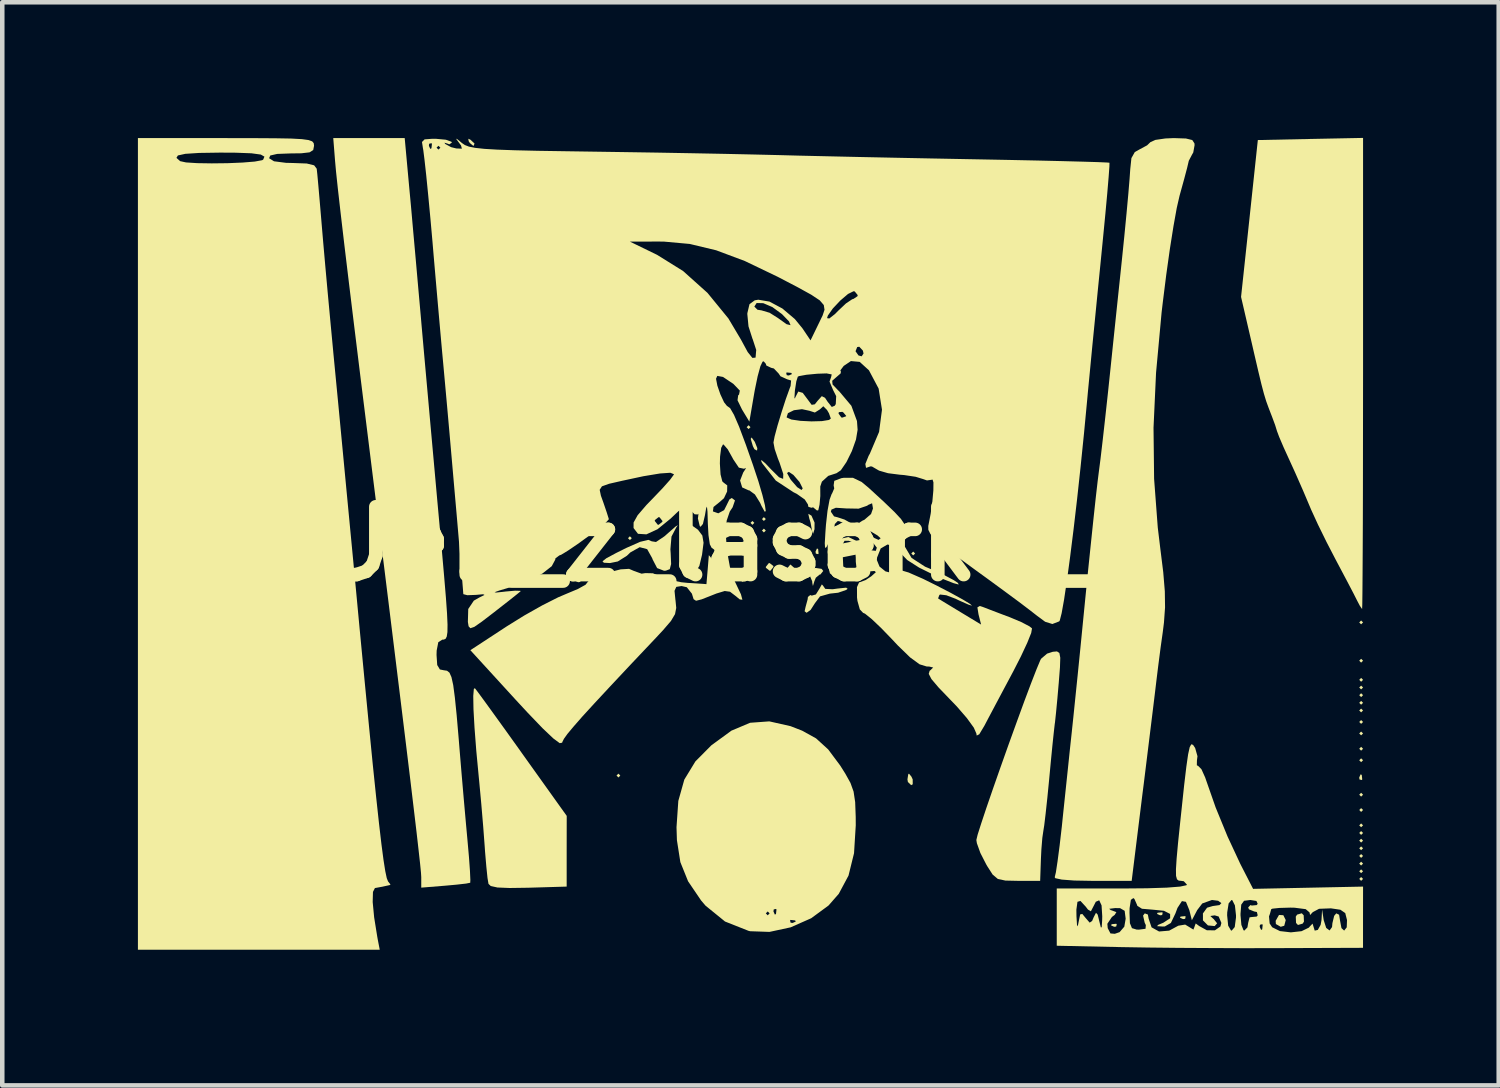
<source format=kicad_pcb>
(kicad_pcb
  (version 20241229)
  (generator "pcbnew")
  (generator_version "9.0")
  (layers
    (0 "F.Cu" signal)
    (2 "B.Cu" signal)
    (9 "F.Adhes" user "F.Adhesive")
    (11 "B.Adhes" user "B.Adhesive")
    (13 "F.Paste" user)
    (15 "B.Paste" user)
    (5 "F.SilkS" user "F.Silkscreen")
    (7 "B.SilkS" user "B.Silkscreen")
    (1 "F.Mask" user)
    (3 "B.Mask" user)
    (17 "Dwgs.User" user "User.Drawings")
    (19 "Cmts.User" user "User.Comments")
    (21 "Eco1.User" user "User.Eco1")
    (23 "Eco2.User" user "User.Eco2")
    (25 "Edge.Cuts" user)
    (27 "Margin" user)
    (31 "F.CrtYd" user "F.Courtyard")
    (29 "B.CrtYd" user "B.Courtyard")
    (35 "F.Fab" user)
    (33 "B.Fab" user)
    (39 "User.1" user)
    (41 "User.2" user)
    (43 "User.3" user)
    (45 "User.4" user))
  (footprint "Jeb_z_laserka_N"
    (layer "F.Cu")
    (at 13.547 8.979)
    (property "Reference" "Jeb_z_laserka_N" (at 0 0 0) (layer "F.SilkS") (effects (font (size 1.5 1.5) (thickness 0.3))))
    (attr board_only exclude_from_pos_files exclude_from_bom)
    (fp_poly (pts (xy -2.879 5.122) (xy -2.921 5.165) (xy -2.963 5.122) (xy -2.921 5.08)) (stroke (width 0) (type solid)) (fill yes) (layer "F.SilkS"))
    (fp_poly (pts (xy -2.625 -0.127) (xy -2.667 -0.085) (xy -2.709 -0.127) (xy -2.667 -0.169)) (stroke (width 0) (type solid)) (fill yes) (layer "F.SilkS"))
    (fp_poly (pts (xy -0.000001 -2.582) (xy -0.042 -2.54) (xy -0.085 -2.582) (xy -0.042 -2.625)) (stroke (width 0) (type solid)) (fill yes) (layer "F.SilkS"))
    (fp_poly (pts (xy 0.085 -0.466) (xy 0.042 -0.423) (xy -0.000001 -0.466) (xy 0.042 -0.508)) (stroke (width 0) (type solid)) (fill yes) (layer "F.SilkS"))
    (fp_poly (pts (xy 0.339 -0.55) (xy 0.296 -0.508) (xy 0.254 -0.55) (xy 0.296 -0.593)) (stroke (width 0) (type solid)) (fill yes) (layer "F.SilkS"))
    (fp_poly (pts (xy 0.339 -0.296) (xy 0.296 -0.254) (xy 0.254 -0.296) (xy 0.296 -0.339)) (stroke (width 0) (type solid)) (fill yes) (layer "F.SilkS"))
    (fp_poly (pts (xy 3.641 0.212) (xy 3.598 0.254) (xy 3.556 0.212) (xy 3.598 0.169)) (stroke (width 0) (type solid)) (fill yes) (layer "F.SilkS"))
    (fp_poly (pts (xy 13.547 1.736) (xy 13.504 1.778) (xy 13.462 1.736) (xy 13.504 1.693)) (stroke (width 0) (type solid)) (fill yes) (layer "F.SilkS"))
    (fp_poly (pts (xy 13.547 2.582) (xy 13.504 2.625) (xy 13.462 2.582) (xy 13.504 2.54)) (stroke (width 0) (type solid)) (fill yes) (layer "F.SilkS"))
    (fp_poly (pts (xy 13.547 3.006) (xy 13.504 3.048) (xy 13.462 3.006) (xy 13.504 2.963)) (stroke (width 0) (type solid)) (fill yes) (layer "F.SilkS"))
    (fp_poly (pts (xy 13.547 3.175) (xy 13.504 3.217) (xy 13.462 3.175) (xy 13.504 3.133)) (stroke (width 0) (type solid)) (fill yes) (layer "F.SilkS"))
    (fp_poly (pts (xy 13.547 3.344) (xy 13.504 3.387) (xy 13.462 3.344) (xy 13.504 3.302)) (stroke (width 0) (type solid)) (fill yes) (layer "F.SilkS"))
    (fp_poly (pts (xy 13.547 3.514) (xy 13.504 3.556) (xy 13.462 3.514) (xy 13.504 3.471)) (stroke (width 0) (type solid)) (fill yes) (layer "F.SilkS"))
    (fp_poly (pts (xy 13.547 3.683) (xy 13.504 3.725) (xy 13.462 3.683) (xy 13.504 3.641)) (stroke (width 0) (type solid)) (fill yes) (layer "F.SilkS"))
    (fp_poly (pts (xy 13.547 3.937) (xy 13.504 3.979) (xy 13.462 3.937) (xy 13.504 3.895)) (stroke (width 0) (type solid)) (fill yes) (layer "F.SilkS"))
    (fp_poly (pts (xy 13.547 4.191) (xy 13.504 4.233) (xy 13.462 4.191) (xy 13.504 4.149)) (stroke (width 0) (type solid)) (fill yes) (layer "F.SilkS"))
    (fp_poly (pts (xy 13.547 4.53) (xy 13.504 4.572) (xy 13.462 4.53) (xy 13.504 4.487)) (stroke (width 0) (type solid)) (fill yes) (layer "F.SilkS"))
    (fp_poly (pts (xy 13.547 4.784) (xy 13.504 4.826) (xy 13.462 4.784) (xy 13.504 4.741)) (stroke (width 0) (type solid)) (fill yes) (layer "F.SilkS"))
    (fp_poly (pts (xy 13.547 5.546) (xy 13.504 5.588) (xy 13.462 5.546) (xy 13.504 5.503)) (stroke (width 0) (type solid)) (fill yes) (layer "F.SilkS"))
    (fp_poly (pts (xy 13.547 5.884) (xy 13.504 5.927) (xy 13.462 5.884) (xy 13.504 5.842)) (stroke (width 0) (type solid)) (fill yes) (layer "F.SilkS"))
    (fp_poly (pts (xy 13.547 6.223) (xy 13.504 6.265) (xy 13.462 6.223) (xy 13.504 6.181)) (stroke (width 0) (type solid)) (fill yes) (layer "F.SilkS"))
    (fp_poly (pts (xy 13.547 6.392) (xy 13.504 6.435) (xy 13.462 6.392) (xy 13.504 6.35)) (stroke (width 0) (type solid)) (fill yes) (layer "F.SilkS"))
    (fp_poly (pts (xy 13.547 6.562) (xy 13.504 6.604) (xy 13.462 6.562) (xy 13.504 6.519)) (stroke (width 0) (type solid)) (fill yes) (layer "F.SilkS"))
    (fp_poly (pts (xy 13.547 6.731) (xy 13.504 6.773) (xy 13.462 6.731) (xy 13.504 6.689)) (stroke (width 0) (type solid)) (fill yes) (layer "F.SilkS"))
    (fp_poly (pts (xy 13.547 6.9) (xy 13.504 6.943) (xy 13.462 6.9) (xy 13.504 6.858)) (stroke (width 0) (type solid)) (fill yes) (layer "F.SilkS"))
    (fp_poly (pts (xy 13.547 7.07) (xy 13.504 7.112) (xy 13.462 7.07) (xy 13.504 7.027)) (stroke (width 0) (type solid)) (fill yes) (layer "F.SilkS"))
    (fp_poly (pts (xy 13.547 7.239) (xy 13.504 7.281) (xy 13.462 7.239) (xy 13.504 7.197)) (stroke (width 0) (type solid)) (fill yes) (layer "F.SilkS"))
    (fp_poly (pts (xy 13.547 7.408) (xy 13.504 7.451) (xy 13.462 7.408) (xy 13.504 7.366)) (stroke (width 0) (type solid)) (fill yes) (layer "F.SilkS"))
    (fp_poly (pts (xy -3.754 0.79) (xy -3.765 0.841) (xy -3.81 0.847) (xy -3.88 0.816) (xy -3.866 0.79) (xy -3.766 0.78)) (stroke (width 0) (type solid)) (fill yes) (layer "F.SilkS"))
    (fp_poly (pts (xy 1.496 0.113) (xy 1.506 0.213) (xy 1.496 0.226) (xy 1.445 0.214) (xy 1.439 0.169) (xy 1.47 0.1)) (stroke (width 0) (type solid)) (fill yes) (layer "F.SilkS"))
    (fp_poly (pts (xy 8.1 8.41) (xy 8.088 8.461) (xy 8.043 8.467) (xy 7.974 8.436) (xy 7.987 8.41) (xy 8.087 8.4)) (stroke (width 0) (type solid)) (fill yes) (layer "F.SilkS"))
    (fp_poly (pts (xy 9.116 8.156) (xy 9.104 8.207) (xy 9.059 8.213) (xy 8.99 8.182) (xy 9.003 8.156) (xy 9.103 8.146)) (stroke (width 0) (type solid)) (fill yes) (layer "F.SilkS"))
    (fp_poly (pts (xy 9.624 8.241) (xy 9.612 8.291) (xy 9.567 8.297) (xy 9.498 8.266) (xy 9.511 8.241) (xy 9.611 8.231)) (stroke (width 0) (type solid)) (fill yes) (layer "F.SilkS"))
    (fp_poly (pts (xy 13.518 5.108) (xy 13.529 5.209) (xy 13.518 5.221) (xy 13.468 5.209) (xy 13.462 5.165) (xy 13.493 5.095)) (stroke (width 0) (type solid)) (fill yes) (layer "F.SilkS"))
    (fp_poly (pts (xy -6.194 -8.94) (xy -6.103 -8.855) (xy -6.122 -8.806) (xy -6.133 -8.805) (xy -6.205 -8.865) (xy -6.231 -8.903) (xy -6.241 -8.961)) (stroke (width 0) (type solid)) (fill yes) (layer "F.SilkS"))
    (fp_poly (pts (xy 0.095 -2.258) (xy 0.151 -2.118) (xy 0.145 -2.064) (xy 0.087 -2.095) (xy 0.053 -2.162) (xy 0.005 -2.323) (xy 0.025 -2.355)) (stroke (width 0) (type solid)) (fill yes) (layer "F.SilkS"))
    (fp_poly (pts (xy 11.784 8.211) (xy 11.837 8.318) (xy 11.804 8.444) (xy 11.726 8.467) (xy 11.619 8.406) (xy 11.614 8.335) (xy 11.688 8.205)) (stroke (width 0) (type solid)) (fill yes) (layer "F.SilkS"))
    (fp_poly (pts (xy 0.08 0.55) (xy 0.013 0.673) (xy -0.036 0.726) (xy -0.173 0.835) (xy -0.22 0.813) (xy -0.169 0.677) (xy -0.066 0.543) (xy 0.003 0.508)) (stroke (width 0) (type solid)) (fill yes) (layer "F.SilkS"))
    (fp_poly (pts (xy 0.506 0.488) (xy 0.508 0.508) (xy 0.444 0.59) (xy 0.423 0.593) (xy 0.341 0.528) (xy 0.339 0.508) (xy 0.403 0.426) (xy 0.423 0.423)) (stroke (width 0) (type solid)) (fill yes) (layer "F.SilkS"))
    (fp_poly (pts (xy 3.559 5.146) (xy 3.587 5.207) (xy 3.588 5.316) (xy 3.553 5.334) (xy 3.481 5.265) (xy 3.471 5.207) (xy 3.489 5.094) (xy 3.505 5.08)) (stroke (width 0) (type solid)) (fill yes) (layer "F.SilkS"))
    (fp_poly (pts (xy 12.234 8.213) (xy 12.24 8.353) (xy 12.211 8.397) (xy 12.107 8.427) (xy 12.065 8.382) (xy 12.059 8.242) (xy 12.088 8.198) (xy 12.192 8.168)) (stroke (width 0) (type solid)) (fill yes) (layer "F.SilkS"))
    (fp_poly (pts (xy 1.343 -0.629) (xy 1.349 -0.624) (xy 1.417 -0.472) (xy 1.416 -0.327) (xy 1.385 -0.226) (xy 1.366 -0.268) (xy 1.328 -0.472) (xy 1.3 -0.565) (xy 1.278 -0.666)) (stroke (width 0) (type solid)) (fill yes) (layer "F.SilkS"))
    (fp_poly (pts (xy -1.161 -0.314) (xy -1.065 -0.186) (xy -1.038 -0.026) (xy -1.07 0.228) (xy -1.072 0.241) (xy -1.131 0.487) (xy -1.209 0.611) (xy -1.339 0.658) (xy -1.355 0.66) (xy -1.485 0.659) (xy -1.463 0.614) (xy -1.404 0.504) (xy -1.405 0.277) (xy -1.426 0.121) (xy -1.452 -0.2) (xy -1.411 -0.381) (xy -1.307 -0.417)) (stroke (width 0) (type solid)) (fill yes) (layer "F.SilkS"))
    (fp_poly (pts (xy 1.603 0.921) (xy 1.654 0.994) (xy 1.817 1.002) (xy 1.926 0.987) (xy 2.116 0.967) (xy 2.148 0.993) (xy 2.117 1.017) (xy 1.938 1.079) (xy 1.755 1.099) (xy 1.538 1.16) (xy 1.424 1.312) (xy 1.33 1.459) (xy 1.241 1.523) (xy 1.197 1.489) (xy 1.219 1.39) (xy 1.264 1.225) (xy 1.27 1.173) (xy 1.322 1.13) (xy 1.355 1.143) (xy 1.446 1.117) (xy 1.519 1) (xy 1.578 0.895)) (stroke (width 0) (type solid)) (fill yes) (layer "F.SilkS"))
    (fp_poly (pts (xy 0.968 0.53) (xy 0.991 0.559) (xy 1.105 0.657) (xy 1.168 0.631) (xy 1.279 0.56) (xy 1.44 0.531) (xy 1.573 0.551) (xy 1.609 0.598) (xy 1.546 0.676) (xy 1.53 0.677) (xy 1.445 0.747) (xy 1.413 0.825) (xy 1.381 0.93) (xy 1.368 0.87) (xy 1.364 0.825) (xy 1.316 0.712) (xy 1.235 0.674) (xy 1.186 0.741) (xy 1.185 0.754) (xy 1.121 0.78) (xy 0.983 0.735) (xy 0.841 0.62) (xy 0.828 0.52) (xy 0.882 0.455)) (stroke (width 0) (type solid)) (fill yes) (layer "F.SilkS"))
    (fp_poly (pts (xy -6.028 3.278) (xy -5.879 3.481) (xy -5.664 3.778) (xy -5.398 4.147) (xy -5.098 4.566) (xy -5.048 4.637) (xy -4.064 6.014) (xy -4.065 6.796) (xy -4.065 7.578) (xy -4.912 7.603) (xy -5.327 7.609) (xy -5.596 7.598) (xy -5.745 7.565) (xy -5.794 7.518) (xy -5.816 7.387) (xy -5.842 7.134) (xy -5.87 6.806) (xy -5.878 6.689) (xy -5.911 6.251) (xy -5.954 5.742) (xy -5.999 5.257) (xy -6.008 5.165) (xy -6.064 4.574) (xy -6.103 4.065) (xy -6.126 3.655) (xy -6.131 3.363) (xy -6.118 3.207) (xy -6.095 3.19)) (stroke (width 0) (type solid)) (fill yes) (layer "F.SilkS"))
    (fp_poly (pts (xy -1.641 -0.365) (xy -1.747 -0.163) (xy -1.771 0.118) (xy -1.765 0.207) (xy -1.755 0.444) (xy -1.785 0.558) (xy -1.872 0.591) (xy -1.913 0.593) (xy -2.065 0.534) (xy -2.166 0.339) (xy -2.173 0.317) (xy -2.285 0.116) (xy -2.45 0.072) (xy -2.657 0.188) (xy -2.734 0.262) (xy -2.935 0.388) (xy -3.108 0.423) (xy -3.242 0.416) (xy -3.273 0.385) (xy -3.188 0.317) (xy -2.972 0.201) (xy -2.741 0.086) (xy -2.439 -0.047) (xy -2.258 -0.09) (xy -2.185 -0.058) (xy -2.09 -0.043) (xy -1.905 -0.167) (xy -1.805 -0.255) (xy -1.658 -0.384) (xy -1.605 -0.416)) (stroke (width 0) (type solid)) (fill yes) (layer "F.SilkS"))
    (fp_poly (pts (xy 13.547 -3.77) (xy 13.546 -2.848) (xy 13.545 -1.978) (xy 13.544 -1.175) (xy 13.542 -0.453) (xy 13.539 0.174) (xy 13.536 0.691) (xy 13.533 1.083) (xy 13.53 1.337) (xy 13.526 1.438) (xy 13.525 1.439) (xy 13.478 1.372) (xy 13.413 1.248) (xy 13.334 1.092) (xy 13.197 0.83) (xy 13.027 0.509) (xy 12.937 0.339) (xy 12.74 -0.041) (xy 12.55 -0.428) (xy 12.399 -0.757) (xy 12.361 -0.847) (xy 12.219 -1.182) (xy 12.047 -1.573) (xy 11.918 -1.856) (xy 11.789 -2.139) (xy 11.692 -2.366) (xy 11.646 -2.489) (xy 11.645 -2.491) (xy 11.602 -2.63) (xy 11.526 -2.835) (xy 11.525 -2.836) (xy 11.458 -3.01) (xy 11.404 -3.159) (xy 11.355 -3.32) (xy 11.3 -3.528) (xy 11.23 -3.819) (xy 11.135 -4.227) (xy 11.098 -4.389) (xy 10.849 -5.463) (xy 11.035 -7.198) (xy 11.22 -8.932) (xy 12.383 -8.956) (xy 13.547 -8.979)) (stroke (width 0) (type solid)) (fill yes) (layer "F.SilkS"))
    (fp_poly (pts (xy 6.831 2.411) (xy 6.851 2.517) (xy 6.844 2.729) (xy 6.818 3.062) (xy 6.787 3.418) (xy 6.757 3.733) (xy 6.734 3.948) (xy 6.729 3.979) (xy 6.71 4.145) (xy 6.679 4.438) (xy 6.642 4.814) (xy 6.605 5.207) (xy 6.565 5.614) (xy 6.527 5.966) (xy 6.496 6.224) (xy 6.476 6.35) (xy 6.454 6.501) (xy 6.433 6.757) (xy 6.423 6.964) (xy 6.406 7.451) (xy 5.916 7.451) (xy 5.638 7.445) (xy 5.47 7.409) (xy 5.355 7.312) (xy 5.233 7.122) (xy 5.211 7.083) (xy 5.084 6.835) (xy 5.007 6.62) (xy 4.995 6.547) (xy 5.023 6.431) (xy 5.101 6.185) (xy 5.218 5.834) (xy 5.365 5.407) (xy 5.532 4.931) (xy 5.709 4.433) (xy 5.887 3.941) (xy 6.055 3.481) (xy 6.205 3.082) (xy 6.326 2.771) (xy 6.408 2.575) (xy 6.426 2.54) (xy 6.559 2.426) (xy 6.686 2.385) (xy 6.778 2.377)) (stroke (width 0) (type solid)) (fill yes) (layer "F.SilkS"))
    (fp_poly (pts (xy 0.886 4.03) (xy 1.143 4.13) (xy 1.45 4.3) (xy 1.718 4.544) (xy 1.983 4.899) (xy 2.097 5.08) (xy 2.211 5.285) (xy 2.28 5.477) (xy 2.315 5.709) (xy 2.327 6.034) (xy 2.328 6.223) (xy 2.29 6.839) (xy 2.168 7.334) (xy 1.952 7.738) (xy 1.725 7.997) (xy 1.342 8.278) (xy 0.888 8.479) (xy 0.42 8.58) (xy -0.007 8.565) (xy -0.042 8.557) (xy -0.564 8.35) (xy -0.593 8.326) (xy 0.875 8.326) (xy 0.887 8.376) (xy 0.931 8.382) (xy 1.001 8.351) (xy 0.988 8.326) (xy 0.887 8.315) (xy 0.875 8.326) (xy -0.593 8.326) (xy -0.785 8.17) (xy 0.339 8.17) (xy 0.381 8.213) (xy 0.423 8.17) (xy 0.381 8.128) (xy 0.508 8.128) (xy 0.539 8.198) (xy 0.564 8.184) (xy 0.575 8.084) (xy 0.564 8.072) (xy 0.514 8.083) (xy 0.508 8.128) (xy 0.381 8.128) (xy 0.339 8.17) (xy -0.785 8.17) (xy -0.993 8.001) (xy -1.093 7.884) (xy -1.38 7.461) (xy -1.551 7.037) (xy -1.627 6.551) (xy -1.636 6.265) (xy -1.596 5.683) (xy -1.463 5.211) (xy -1.218 4.809) (xy -0.867 4.455) (xy -0.423 4.13) (xy -0.008 3.955) (xy 0.416 3.924)) (stroke (width 0) (type solid)) (fill yes) (layer "F.SilkS"))
    (fp_poly (pts (xy -7.548 -7.895) (xy -7.509 -7.478) (xy -7.461 -6.936) (xy -7.405 -6.314) (xy -7.347 -5.657) (xy -7.289 -5.01) (xy -7.277 -4.868) (xy -7.218 -4.203) (xy -7.148 -3.424) (xy -7.073 -2.586) (xy -6.997 -1.746) (xy -6.926 -0.957) (xy -6.897 -0.639) (xy -6.828 0.115) (xy -6.775 0.717) (xy -6.736 1.184) (xy -6.711 1.534) (xy -6.7 1.783) (xy -6.702 1.949) (xy -6.717 2.048) (xy -6.743 2.098) (xy -6.781 2.115) (xy -6.816 2.117) (xy -6.904 2.173) (xy -6.94 2.358) (xy -6.943 2.455) (xy -6.928 2.678) (xy -6.869 2.776) (xy -6.781 2.794) (xy -6.712 2.804) (xy -6.657 2.847) (xy -6.613 2.946) (xy -6.574 3.122) (xy -6.538 3.395) (xy -6.498 3.787) (xy -6.452 4.32) (xy -6.435 4.53) (xy -6.391 5.06) (xy -6.341 5.639) (xy -6.292 6.19) (xy -6.259 6.551) (xy -6.226 6.925) (xy -6.204 7.23) (xy -6.195 7.431) (xy -6.198 7.493) (xy -6.289 7.511) (xy -6.5 7.535) (xy -6.752 7.558) (xy -7.281 7.601) (xy -7.281 7.368) (xy -7.287 7.272) (xy -7.306 7.078) (xy -7.339 6.781) (xy -7.385 6.375) (xy -7.447 5.853) (xy -7.524 5.209) (xy -7.618 4.436) (xy -7.729 3.53) (xy -7.858 2.483) (xy -8.005 1.29) (xy -8.172 -0.055) (xy -8.36 -1.559) (xy -8.466 -2.413) (xy -8.628 -3.713) (xy -8.768 -4.85) (xy -8.887 -5.828) (xy -8.986 -6.651) (xy -9.065 -7.325) (xy -9.125 -7.853) (xy -9.166 -8.239) (xy -9.188 -8.481) (xy -9.227 -8.975) (xy -8.437 -8.975) (xy -7.647 -8.975)) (stroke (width 0) (type solid)) (fill yes) (layer "F.SilkS"))
    (fp_poly (pts (xy 9.63 -8.966) (xy 9.77 -8.932) (xy 9.818 -8.859) (xy 9.821 -8.819) (xy 9.792 -8.657) (xy 9.762 -8.605) (xy 9.693 -8.473) (xy 9.686 -8.443) (xy 9.656 -8.316) (xy 9.592 -8.074) (xy 9.507 -7.766) (xy 9.49 -7.705) (xy 9.427 -7.431) (xy 9.354 -7.025) (xy 9.274 -6.519) (xy 9.194 -5.949) (xy 9.119 -5.35) (xy 9.092 -5.122) (xy 8.969 -3.785) (xy 8.913 -2.568) (xy 8.926 -1.439) (xy 9.007 -0.363) (xy 9.061 0.085) (xy 9.128 0.625) (xy 9.163 1.048) (xy 9.168 1.403) (xy 9.144 1.738) (xy 9.118 1.947) (xy 9.07 2.289) (xy 9.017 2.698) (xy 8.979 3.006) (xy 8.948 3.266) (xy 8.9 3.66) (xy 8.839 4.154) (xy 8.77 4.714) (xy 8.697 5.305) (xy 8.669 5.524) (xy 8.43 7.451) (xy 7.554 7.451) (xy 7.161 7.444) (xy 6.883 7.423) (xy 6.74 7.392) (xy 6.728 7.371) (xy 6.754 7.262) (xy 6.791 7.017) (xy 6.837 6.667) (xy 6.886 6.243) (xy 6.907 6.037) (xy 6.961 5.524) (xy 7.016 5.004) (xy 7.065 4.533) (xy 7.105 4.164) (xy 7.111 4.106) (xy 7.14 3.832) (xy 7.182 3.422) (xy 7.235 2.907) (xy 7.294 2.321) (xy 7.356 1.694) (xy 7.402 1.228) (xy 7.465 0.598) (xy 7.528 -0.01) (xy 7.586 -0.564) (xy 7.637 -1.035) (xy 7.678 -1.391) (xy 7.7 -1.566) (xy 7.74 -1.875) (xy 7.79 -2.301) (xy 7.845 -2.791) (xy 7.9 -3.294) (xy 7.91 -3.387) (xy 7.963 -3.892) (xy 8.027 -4.508) (xy 8.097 -5.175) (xy 8.167 -5.837) (xy 8.212 -6.265) (xy 8.267 -6.803) (xy 8.316 -7.307) (xy 8.356 -7.743) (xy 8.384 -8.08) (xy 8.398 -8.282) (xy 8.398 -8.284) (xy 8.424 -8.532) (xy 8.499 -8.666) (xy 8.6 -8.723) (xy 8.771 -8.815) (xy 8.844 -8.885) (xy 8.954 -8.935) (xy 9.176 -8.967) (xy 9.361 -8.975)) (stroke (width 0) (type solid)) (fill yes) (layer "F.SilkS"))
    (fp_poly (pts (xy -10.977 -8.974) (xy -10.504 -8.971) (xy -10.159 -8.965) (xy -9.922 -8.952) (xy -9.774 -8.932) (xy -9.693 -8.903) (xy -9.659 -8.862) (xy -9.652 -8.809) (xy -9.652 -8.805) (xy -9.67 -8.711) (xy -9.751 -8.66) (xy -9.932 -8.639) (xy -10.167 -8.636) (xy -10.467 -8.625) (xy -10.62 -8.59) (xy -10.646 -8.53) (xy -10.537 -8.462) (xy -10.273 -8.428) (xy -10.112 -8.424) (xy -9.813 -8.413) (xy -9.65 -8.373) (xy -9.593 -8.298) (xy -9.593 -8.297) (xy -9.579 -8.168) (xy -9.555 -7.906) (xy -9.524 -7.55) (xy -9.489 -7.137) (xy -9.487 -7.112) (xy -9.451 -6.689) (xy -9.403 -6.145) (xy -9.347 -5.527) (xy -9.287 -4.882) (xy -9.228 -4.257) (xy -9.226 -4.233) (xy -9.117 -3.103) (xy -9.022 -2.107) (xy -8.937 -1.213) (xy -8.858 -0.385) (xy -8.782 0.409) (xy -8.707 1.203) (xy -8.645 1.863) (xy -8.534 3.024) (xy -8.437 4.027) (xy -8.353 4.88) (xy -8.279 5.593) (xy -8.216 6.176) (xy -8.162 6.637) (xy -8.116 6.987) (xy -8.077 7.235) (xy -8.044 7.391) (xy -8.015 7.464) (xy -8.009 7.471) (xy -7.961 7.533) (xy -7.98 7.545) (xy -8.118 7.575) (xy -8.128 7.578) (xy -8.293 7.608) (xy -8.305 7.609) (xy -8.349 7.695) (xy -8.355 7.919) (xy -8.323 8.256) (xy -8.255 8.68) (xy -8.244 8.742) (xy -8.199 8.975) (xy -10.873 8.975) (xy -13.547 8.975) (xy -13.547 -0.000001) (xy -13.547 -8.538) (xy -12.695 -8.538) (xy -12.613 -8.465) (xy -12.484 -8.437) (xy -12.236 -8.421) (xy -11.914 -8.416) (xy -11.565 -8.42) (xy -11.233 -8.434) (xy -10.963 -8.456) (xy -10.8 -8.486) (xy -10.777 -8.499) (xy -10.749 -8.565) (xy -10.83 -8.611) (xy -11.037 -8.639) (xy -11.384 -8.652) (xy -11.729 -8.654) (xy -12.192 -8.647) (xy -12.499 -8.627) (xy -12.663 -8.591) (xy -12.695 -8.538) (xy -13.547 -8.538) (xy -13.547 -8.975) (xy -11.599 -8.975)) (stroke (width 0) (type solid)) (fill yes) (layer "F.SilkS"))
    (fp_poly (pts (xy 2.267 -1.462) (xy 2.457 -1.371) (xy 2.617 -1.238) (xy 2.955 -0.927) (xy 3.186 -0.705) (xy 3.329 -0.551) (xy 3.403 -0.441) (xy 3.425 -0.351) (xy 3.416 -0.258) (xy 3.415 -0.25) (xy 3.416 0.063) (xy 3.562 0.309) (xy 3.861 0.503) (xy 3.964 0.546) (xy 4.249 0.67) (xy 4.497 0.802) (xy 4.587 0.862) (xy 4.605 0.898) (xy 4.492 0.868) (xy 4.27 0.781) (xy 4.1 0.707) (xy 3.73 0.524) (xy 3.468 0.357) (xy 3.34 0.225) (xy 3.338 0.222) (xy 3.198 0.049) (xy 3.029 0.013) (xy 2.879 0.101) (xy 2.799 0.302) (xy 2.795 0.357) (xy 2.853 0.5) (xy 2.985 0.607) (xy 3.131 0.644) (xy 3.216 0.595) (xy 3.302 0.574) (xy 3.497 0.632) (xy 3.814 0.771) (xy 4.116 0.92) (xy 4.45 1.094) (xy 4.7 1.232) (xy 4.855 1.326) (xy 4.9 1.366) (xy 4.825 1.344) (xy 4.617 1.252) (xy 4.534 1.212) (xy 4.33 1.135) (xy 4.195 1.119) (xy 4.178 1.128) (xy 4.149 1.203) (xy 4.156 1.21) (xy 4.241 1.263) (xy 4.429 1.377) (xy 4.645 1.508) (xy 5.1 1.783) (xy 5.043 1.558) (xy 5.018 1.403) (xy 5.072 1.372) (xy 5.139 1.394) (xy 5.302 1.457) (xy 5.556 1.554) (xy 5.735 1.621) (xy 5.987 1.727) (xy 6.169 1.822) (xy 6.226 1.868) (xy 6.208 1.969) (xy 6.121 2.186) (xy 5.981 2.486) (xy 5.813 2.815) (xy 5.608 3.199) (xy 5.414 3.564) (xy 5.256 3.862) (xy 5.173 4.02) (xy 5.06 4.209) (xy 5.003 4.238) (xy 4.995 4.192) (xy 4.938 4.062) (xy 4.785 3.851) (xy 4.562 3.593) (xy 4.424 3.45) (xy 4.158 3.173) (xy 4.002 2.989) (xy 3.942 2.874) (xy 3.962 2.805) (xy 3.979 2.793) (xy 4.04 2.733) (xy 3.953 2.712) (xy 3.895 2.71) (xy 3.739 2.662) (xy 3.531 2.51) (xy 3.253 2.24) (xy 3.137 2.116) (xy 2.89 1.86) (xy 2.678 1.659) (xy 2.532 1.542) (xy 2.49 1.524) (xy 2.418 1.448) (xy 2.365 1.259) (xy 2.356 1.185) (xy 2.355 0.955) (xy 2.402 0.85) (xy 2.416 0.847) (xy 2.548 0.798) (xy 2.672 0.715) (xy 2.773 0.625) (xy 2.743 0.598) (xy 2.582 0.612) (xy 2.42 0.62) (xy 2.348 0.562) (xy 2.329 0.395) (xy 2.328 0.302) (xy 2.309 0.067) (xy 2.239 -0.044) (xy 2.171 -0.07) (xy 2.08 -0.069) (xy 2.039 0.006) (xy 2.036 0.192) (xy 2.044 0.334) (xy 2.056 0.588) (xy 2.034 0.713) (xy 1.968 0.749) (xy 1.905 0.744) (xy 1.757 0.652) (xy 1.71 0.456) (xy 1.771 0.191) (xy 1.817 0.09) (xy 1.974 -0.111) (xy 2.165 -0.153) (xy 2.405 -0.038) (xy 2.455 -0.000001) (xy 2.663 0.14) (xy 2.771 0.153) (xy 2.794 0.083) (xy 2.729 -0.001) (xy 2.565 -0.135) (xy 2.352 -0.284) (xy 2.14 -0.416) (xy 1.977 -0.497) (xy 1.931 -0.508) (xy 1.865 -0.441) (xy 1.859 -0.402) (xy 1.823 -0.256) (xy 1.74 -0.048) (xy 1.737 -0.042) (xy 1.679 0.073) (xy 1.649 0.088) (xy 1.643 -0.016) (xy 1.657 -0.259) (xy 1.669 -0.423) (xy 1.701 -0.712) (xy 1.778 -0.712) (xy 1.848 -0.609) (xy 1.926 -0.589) (xy 2.079 -0.539) (xy 2.298 -0.417) (xy 2.413 -0.339) (xy 2.68 -0.158) (xy 2.832 -0.089) (xy 2.879 -0.125) (xy 2.811 -0.186) (xy 2.646 -0.285) (xy 2.604 -0.307) (xy 2.429 -0.403) (xy 2.392 -0.46) (xy 2.477 -0.515) (xy 2.519 -0.534) (xy 2.666 -0.661) (xy 2.709 -0.785) (xy 2.689 -0.899) (xy 2.603 -0.863) (xy 2.582 -0.846) (xy 2.391 -0.78) (xy 2.116 -0.785) (xy 1.888 -0.8) (xy 1.79 -0.759) (xy 1.778 -0.712) (xy 1.701 -0.712) (xy 1.704 -0.736) (xy 1.749 -0.979) (xy 1.796 -1.107) (xy 1.803 -1.113) (xy 1.852 -1.228) (xy 1.839 -1.295) (xy 1.853 -1.395) (xy 2.009 -1.454) (xy 2.059 -1.462)) (stroke (width 0) (type solid)) (fill yes) (layer "F.SilkS"))
    (fp_poly (pts (xy 9.787 4.443) (xy 9.833 4.512) (xy 9.834 4.514) (xy 9.885 4.695) (xy 9.873 4.789) (xy 9.871 4.895) (xy 9.902 4.911) (xy 9.973 4.983) (xy 10.055 5.164) (xy 10.077 5.228) (xy 10.287 5.828) (xy 10.551 6.472) (xy 10.827 7.065) (xy 10.848 7.107) (xy 11.115 7.628) (xy 12.331 7.603) (xy 13.547 7.578) (xy 13.546 8.255) (xy 13.546 8.932) (xy 11.578 8.939) (xy 10.904 8.94) (xy 10.182 8.937) (xy 9.464 8.933) (xy 8.804 8.926) (xy 8.254 8.917) (xy 8.191 8.916) (xy 6.773 8.886) (xy 6.773 8.253) (xy 6.773 8.088) (xy 7.207 8.088) (xy 7.209 8.234) (xy 7.221 8.427) (xy 7.237 8.457) (xy 7.258 8.353) (xy 7.291 8.193) (xy 7.338 8.183) (xy 7.409 8.269) (xy 7.501 8.375) (xy 7.555 8.338) (xy 7.59 8.255) (xy 7.641 8.157) (xy 7.678 8.198) (xy 7.713 8.34) (xy 7.748 8.48) (xy 7.767 8.478) (xy 7.772 8.4) (xy 7.892 8.4) (xy 7.9 8.497) (xy 7.961 8.614) (xy 8.057 8.622) (xy 8.163 8.585) (xy 8.267 8.464) (xy 8.297 8.288) (xy 8.28 8.155) (xy 8.382 8.155) (xy 8.391 8.388) (xy 8.436 8.497) (xy 8.541 8.529) (xy 8.591 8.53) (xy 8.736 8.511) (xy 8.743 8.429) (xy 8.718 8.377) (xy 8.682 8.219) (xy 8.72 8.17) (xy 8.788 8.196) (xy 8.805 8.288) (xy 8.87 8.479) (xy 9.036 8.571) (xy 9.259 8.552) (xy 9.461 8.443) (xy 9.613 8.418) (xy 9.694 8.467) (xy 9.795 8.529) (xy 9.821 8.463) (xy 9.821 8.46) (xy 9.846 8.393) (xy 9.923 8.45) (xy 10.093 8.544) (xy 10.271 8.545) (xy 10.393 8.46) (xy 10.414 8.382) (xy 10.354 8.24) (xy 10.266 8.214) (xy 10.169 8.228) (xy 10.232 8.287) (xy 10.242 8.294) (xy 10.32 8.39) (xy 10.266 8.451) (xy 10.12 8.437) (xy 10.115 8.435) (xy 10.006 8.325) (xy 10.006 8.213) (xy 10.541 8.213) (xy 10.564 8.443) (xy 10.626 8.548) (xy 10.642 8.551) (xy 10.709 8.473) (xy 10.737 8.261) (xy 10.737 8.213) (xy 10.837 8.213) (xy 10.856 8.425) (xy 10.903 8.543) (xy 10.922 8.551) (xy 10.99 8.48) (xy 10.992 8.467) (xy 11.261 8.467) (xy 11.292 8.536) (xy 11.317 8.523) (xy 11.327 8.423) (xy 11.317 8.41) (xy 11.267 8.422) (xy 11.261 8.467) (xy 10.992 8.467) (xy 11.007 8.377) (xy 11.037 8.258) (xy 11.085 8.251) (xy 11.194 8.241) (xy 11.197 8.237) (xy 11.467 8.237) (xy 11.481 8.393) (xy 11.537 8.477) (xy 11.709 8.562) (xy 11.95 8.59) (xy 12.187 8.564) (xy 12.349 8.485) (xy 12.364 8.466) (xy 12.43 8.397) (xy 12.445 8.445) (xy 12.478 8.552) (xy 12.546 8.536) (xy 12.609 8.424) (xy 12.628 8.318) (xy 12.641 8.086) (xy 12.676 8.318) (xy 12.732 8.492) (xy 12.807 8.548) (xy 12.861 8.473) (xy 12.869 8.387) (xy 12.908 8.225) (xy 12.954 8.17) (xy 13.017 8.2) (xy 13.039 8.335) (xy 13.069 8.496) (xy 13.129 8.551) (xy 13.186 8.479) (xy 13.192 8.318) (xy 13.153 8.164) (xy 13.046 8.09) (xy 12.836 8.059) (xy 12.574 8.069) (xy 12.435 8.143) (xy 12.375 8.207) (xy 12.363 8.149) (xy 12.279 8.077) (xy 12.033 8.045) (xy 11.938 8.043) (xy 11.696 8.05) (xy 11.543 8.066) (xy 11.515 8.079) (xy 11.488 8.179) (xy 11.467 8.237) (xy 11.197 8.237) (xy 11.217 8.214) (xy 11.199 8.14) (xy 11.139 8.128) (xy 11.023 8.081) (xy 11.007 8.038) (xy 11.058 7.986) (xy 11.085 7.997) (xy 11.194 7.987) (xy 11.217 7.96) (xy 11.189 7.896) (xy 11.054 7.874) (xy 10.915 7.892) (xy 10.853 7.977) (xy 10.837 8.177) (xy 10.837 8.213) (xy 10.737 8.213) (xy 10.713 7.994) (xy 10.656 7.88) (xy 10.637 7.874) (xy 10.574 7.95) (xy 10.543 8.148) (xy 10.541 8.213) (xy 10.006 8.213) (xy 10.005 8.172) (xy 10.097 8.045) (xy 10.223 8.008) (xy 10.372 7.987) (xy 10.414 7.944) (xy 10.342 7.891) (xy 10.205 7.874) (xy 9.991 7.951) (xy 9.879 8.098) (xy 9.761 8.322) (xy 9.705 8.098) (xy 9.63 7.915) (xy 9.541 7.899) (xy 9.443 8.049) (xy 9.398 8.17) (xy 9.297 8.382) (xy 9.164 8.459) (xy 9.116 8.461) (xy 8.991 8.453) (xy 9.017 8.424) (xy 9.13 8.377) (xy 9.281 8.278) (xy 9.28 8.183) (xy 9.144 8.113) (xy 8.903 8.089) (xy 8.657 8.068) (xy 8.553 8.002) (xy 8.551 7.988) (xy 8.491 7.852) (xy 8.467 7.832) (xy 8.412 7.871) (xy 8.384 8.054) (xy 8.382 8.155) (xy 8.28 8.155) (xy 8.275 8.114) (xy 8.174 8.055) (xy 8.064 8.053) (xy 7.932 8.069) (xy 7.968 8.098) (xy 7.986 8.103) (xy 8.092 8.143) (xy 8.054 8.204) (xy 7.993 8.25) (xy 7.892 8.4) (xy 7.772 8.4) (xy 7.777 8.324) (xy 7.779 8.234) (xy 7.764 7.993) (xy 7.712 7.881) (xy 7.637 7.913) (xy 7.581 8.022) (xy 7.528 8.124) (xy 7.463 8.086) (xy 7.414 8.022) (xy 7.297 7.895) (xy 7.231 7.914) (xy 7.207 8.088) (xy 6.773 8.088) (xy 6.773 7.62) (xy 8.213 7.62) (xy 8.774 7.615) (xy 9.207 7.601) (xy 9.501 7.578) (xy 9.641 7.548) (xy 9.652 7.535) (xy 9.583 7.46) (xy 9.525 7.451) (xy 9.47 7.446) (xy 9.432 7.417) (xy 9.411 7.341) (xy 9.409 7.195) (xy 9.424 6.958) (xy 9.456 6.606) (xy 9.507 6.117) (xy 9.532 5.884) (xy 9.591 5.33) (xy 9.639 4.926) (xy 9.678 4.654) (xy 9.713 4.495) (xy 9.748 4.431)) (stroke (width 0) (type solid)) (fill yes) (layer "F.SilkS"))
    (fp_poly (pts (xy -6.48 -8.948) (xy -6.38 -8.865) (xy -6.316 -8.821) (xy -6.225 -8.786) (xy -6.088 -8.759) (xy -5.887 -8.737) (xy -5.602 -8.72) (xy -5.216 -8.706) (xy -4.709 -8.694) (xy -4.063 -8.684) (xy -3.587 -8.677) (xy -2.839 -8.666) (xy -2.059 -8.654) (xy -1.285 -8.64) (xy -0.559 -8.626) (xy 0.079 -8.612) (xy 0.588 -8.6) (xy 0.593 -8.6) (xy 1.078 -8.587) (xy 1.696 -8.573) (xy 2.411 -8.557) (xy 3.186 -8.541) (xy 3.985 -8.525) (xy 4.77 -8.51) (xy 5.037 -8.505) (xy 5.718 -8.492) (xy 6.342 -8.479) (xy 6.891 -8.466) (xy 7.344 -8.454) (xy 7.682 -8.444) (xy 7.886 -8.435) (xy 7.939 -8.43) (xy 7.937 -8.343) (xy 7.92 -8.11) (xy 7.89 -7.754) (xy 7.848 -7.298) (xy 7.796 -6.763) (xy 7.746 -6.256) (xy 7.681 -5.607) (xy 7.617 -4.956) (xy 7.556 -4.34) (xy 7.504 -3.796) (xy 7.462 -3.362) (xy 7.445 -3.175) (xy 7.375 -2.438) (xy 7.3 -1.704) (xy 7.223 -0.993) (xy 7.145 -0.324) (xy 7.069 0.283) (xy 6.998 0.808) (xy 6.935 1.231) (xy 6.881 1.532) (xy 6.84 1.693) (xy 6.827 1.713) (xy 6.676 1.771) (xy 6.516 1.721) (xy 6.335 1.587) (xy 6.189 1.473) (xy 5.936 1.281) (xy 5.603 1.035) (xy 5.222 0.756) (xy 4.997 0.593) (xy 4.581 0.289) (xy 4.286 0.065) (xy 4.092 -0.098) (xy 3.98 -0.218) (xy 3.933 -0.312) (xy 3.932 -0.398) (xy 3.937 -0.423) (xy 3.985 -0.669) (xy 4.022 -0.937) (xy 4.044 -1.183) (xy 4.046 -1.361) (xy 4.026 -1.425) (xy 4.02 -1.421) (xy 3.903 -1.404) (xy 3.819 -1.434) (xy 3.652 -1.485) (xy 3.398 -1.523) (xy 3.301 -1.531) (xy 3.042 -1.564) (xy 2.844 -1.621) (xy 2.802 -1.645) (xy 2.687 -1.712) (xy 2.654 -1.715) (xy 2.555 -1.682) (xy 2.54 -1.768) (xy 2.612 -1.947) (xy 2.64 -1.997) (xy 2.844 -2.478) (xy 2.908 -2.969) (xy 2.834 -3.435) (xy 2.62 -3.839) (xy 2.618 -3.841) (xy 2.415 -4.026) (xy 2.221 -4.044) (xy 2.062 -3.937) (xy 1.987 -3.838) (xy 2 -3.81) (xy 1.993 -3.77) (xy 1.905 -3.694) (xy 1.807 -3.608) (xy 1.815 -3.527) (xy 1.938 -3.397) (xy 1.961 -3.376) (xy 2.231 -3.055) (xy 2.355 -2.718) (xy 2.369 -2.524) (xy 2.333 -2.309) (xy 2.242 -2.053) (xy 2.122 -1.81) (xy 1.998 -1.629) (xy 1.902 -1.564) (xy 1.72 -1.505) (xy 1.579 -1.377) (xy 1.543 -1.27) (xy 1.544 -1.059) (xy 1.527 -0.868) (xy 1.499 -0.744) (xy 1.469 -0.74) (xy 1.468 -0.741) (xy 1.385 -0.81) (xy 1.347 -0.8) (xy 1.28 -0.821) (xy 1.27 -0.874) (xy 1.2 -0.983) (xy 1.024 -1.107) (xy 0.952 -1.143) (xy 0.56 -1.401) (xy 0.264 -1.779) (xy 0.241 -1.82) (xy 0.238 -1.858) (xy 0.327 -1.784) (xy 0.453 -1.651) (xy 0.632 -1.474) (xy 0.722 -1.439) (xy 0.725 -1.546) (xy 0.718 -1.568) (xy 0.808 -1.568) (xy 0.881 -1.434) (xy 0.898 -1.411) (xy 1.033 -1.255) (xy 1.129 -1.193) (xy 1.155 -1.229) (xy 1.083 -1.371) (xy 0.949 -1.526) (xy 0.848 -1.594) (xy 0.808 -1.568) (xy 0.718 -1.568) (xy 0.642 -1.799) (xy 0.606 -1.889) (xy 0.535 -2.098) (xy 0.508 -2.242) (xy 0.533 -2.376) (xy 0.598 -2.618) (xy 0.654 -2.803) (xy 0.799 -2.803) (xy 0.804 -2.795) (xy 0.904 -2.751) (xy 1.105 -2.722) (xy 1.348 -2.71) (xy 1.578 -2.716) (xy 1.737 -2.742) (xy 1.777 -2.773) (xy 1.737 -2.884) (xy 1.947 -2.884) (xy 2.009 -2.797) (xy 2.032 -2.794) (xy 2.114 -2.823) (xy 2.117 -2.831) (xy 2.057 -2.904) (xy 2.032 -2.921) (xy 1.954 -2.914) (xy 1.947 -2.884) (xy 1.737 -2.884) (xy 1.734 -2.891) (xy 1.692 -2.963) (xy 1.61 -3.045) (xy 1.535 -2.976) (xy 1.424 -2.906) (xy 1.302 -2.945) (xy 1.139 -2.98) (xy 0.961 -2.957) (xy 0.828 -2.892) (xy 0.799 -2.803) (xy 0.654 -2.803) (xy 0.687 -2.912) (xy 0.782 -3.206) (xy 0.79 -3.228) (xy 0.972 -3.228) (xy 0.984 -3.216) (xy 0.99 -3.239) (xy 1.057 -3.37) (xy 1.155 -3.341) (xy 1.26 -3.201) (xy 1.353 -3.076) (xy 1.423 -3.088) (xy 1.486 -3.167) (xy 1.577 -3.268) (xy 1.648 -3.232) (xy 1.707 -3.143) (xy 1.798 -3.029) (xy 1.864 -3.057) (xy 1.886 -3.093) (xy 1.895 -3.268) (xy 1.827 -3.403) (xy 1.748 -3.59) (xy 1.783 -3.689) (xy 1.796 -3.749) (xy 1.683 -3.771) (xy 1.476 -3.764) (xy 1.236 -3.741) (xy 1.077 -3.712) (xy 1.047 -3.7) (xy 1.014 -3.598) (xy 0.983 -3.399) (xy 0.981 -3.376) (xy 0.972 -3.228) (xy 0.79 -3.228) (xy 0.869 -3.447) (xy 0.887 -3.493) (xy 0.898 -3.614) (xy 0.811 -3.641) (xy 0.663 -3.708) (xy 0.623 -3.768) (xy 0.61 -3.782) (xy 0.79 -3.782) (xy 0.802 -3.731) (xy 0.847 -3.725) (xy 0.916 -3.756) (xy 0.903 -3.782) (xy 0.803 -3.792) (xy 0.79 -3.782) (xy 0.61 -3.782) (xy 0.517 -3.88) (xy 0.457 -3.895) (xy 0.35 -3.946) (xy 0.339 -3.984) (xy 0.29 -4.039) (xy 0.266 -4.029) (xy 0.219 -3.93) (xy 0.158 -3.707) (xy 0.096 -3.406) (xy 0.085 -3.345) (xy -0.025 -2.705) (xy -0.188 -2.974) (xy -0.287 -3.177) (xy -0.272 -3.287) (xy -0.253 -3.303) (xy -0.236 -3.391) (xy -0.377 -3.538) (xy -0.385 -3.544) (xy -0.608 -3.693) (xy -0.734 -3.716) (xy -0.762 -3.653) (xy -0.733 -3.501) (xy -0.665 -3.306) (xy -0.584 -3.132) (xy -0.518 -3.049) (xy -0.513 -3.048) (xy -0.45 -3.002) (xy -0.365 -2.855) (xy -0.251 -2.591) (xy -0.102 -2.193) (xy 0.052 -1.755) (xy 0.174 -1.388) (xy 0.264 -1.081) (xy 0.32 -0.854) (xy 0.338 -0.725) (xy 0.314 -0.713) (xy 0.244 -0.839) (xy 0.212 -0.91) (xy 0.098 -1.094) (xy -0.025 -1.184) (xy -0.041 -1.185) (xy -0.184 -1.25) (xy -0.23 -1.402) (xy -0.161 -1.579) (xy -0.158 -1.584) (xy -0.097 -1.677) (xy -0.147 -1.663) (xy -0.257 -1.687) (xy -0.383 -1.874) (xy -0.396 -1.9) (xy -0.503 -2.092) (xy -0.592 -2.195) (xy -0.608 -2.201) (xy -0.648 -2.125) (xy -0.673 -1.93) (xy -0.677 -1.778) (xy -0.662 -1.537) (xy -0.623 -1.383) (xy -0.593 -1.355) (xy -0.514 -1.295) (xy -0.517 -1.159) (xy -0.587 -1.011) (xy -0.677 -0.931) (xy -0.818 -0.817) (xy -0.831 -0.719) (xy -0.712 -0.677) (xy -0.583 -0.748) (xy -0.533 -0.847) (xy -0.466 -0.984) (xy -0.413 -1.016) (xy -0.343 -0.962) (xy -0.395 -0.811) (xy -0.458 -0.716) (xy -0.527 -0.515) (xy -0.546 -0.207) (xy -0.52 0.154) (xy -0.454 0.514) (xy -0.351 0.82) (xy -0.332 0.859) (xy -0.211 1.114) (xy -0.179 1.234) (xy -0.237 1.227) (xy -0.336 1.146) (xy -0.453 1.057) (xy -0.57 1.041) (xy -0.752 1.096) (xy -0.845 1.133) (xy -1.081 1.226) (xy -1.204 1.257) (xy -1.258 1.222) (xy -1.29 1.119) (xy -1.295 1.101) (xy -1.408 0.958) (xy -1.524 0.931) (xy -1.641 0.95) (xy -1.68 1.037) (xy -1.66 1.24) (xy -1.658 1.249) (xy -1.642 1.415) (xy -1.669 1.553) (xy -1.759 1.704) (xy -1.936 1.91) (xy -2.089 2.074) (xy -2.647 2.664) (xy -3.097 3.144) (xy -3.452 3.526) (xy -3.722 3.821) (xy -3.916 4.043) (xy -4.048 4.201) (xy -4.126 4.31) (xy -4.161 4.38) (xy -4.165 4.396) (xy -4.219 4.406) (xy -4.361 4.301) (xy -4.596 4.078) (xy -4.929 3.731) (xy -5.193 3.446) (xy -6.195 2.35) (xy -5.39 1.823) (xy -5.003 1.583) (xy -4.606 1.359) (xy -4.254 1.181) (xy -4.071 1.103) (xy -3.816 0.996) (xy -3.647 0.902) (xy -3.601 0.843) (xy -3.55 0.785) (xy -3.376 0.705) (xy -3.169 0.637) (xy -2.87 0.562) (xy -2.685 0.551) (xy -2.576 0.598) (xy -2.408 0.658) (xy -2.325 0.645) (xy -2.158 0.649) (xy -2.006 0.714) (xy -1.812 0.79) (xy -1.532 0.847) (xy -1.397 0.861) (xy -0.974 0.889) (xy -0.947 0.569) (xy -0.921 0.248) (xy -0.76 0.442) (xy -0.647 0.559) (xy -0.596 0.577) (xy -0.595 0.575) (xy -0.629 0.438) (xy -0.712 0.264) (xy -0.806 0.124) (xy -0.86 0.085) (xy -0.899 0.008) (xy -0.929 -0.194) (xy -0.943 -0.445) (xy -0.951 -0.714) (xy -0.963 -0.826) (xy -0.98 -0.791) (xy -1.007 -0.635) (xy -1.052 -0.442) (xy -1.104 -0.379) (xy -1.122 -0.395) (xy -1.163 -0.563) (xy -1.157 -0.606) (xy -1.151 -0.67) (xy -1.165 -0.652) (xy -1.235 -0.655) (xy -1.315 -0.736) (xy -1.389 -0.814) (xy -1.47 -0.813) (xy -1.599 -0.719) (xy -1.769 -0.558) (xy -2.056 -0.325) (xy -2.302 -0.212) (xy -2.488 -0.224) (xy -2.586 -0.352) (xy -2.585 -0.474) (xy -2.566 -0.508) (xy -2.117 -0.508) (xy -2.052 -0.426) (xy -2.032 -0.423) (xy -1.95 -0.488) (xy -1.947 -0.508) (xy -2.012 -0.59) (xy -2.032 -0.593) (xy -2.114 -0.528) (xy -2.117 -0.508) (xy -2.566 -0.508) (xy -2.496 -0.634) (xy -2.302 -0.86) (xy -2.167 -0.999) (xy -1.945 -1.231) (xy -1.778 -1.419) (xy -1.697 -1.53) (xy -1.693 -1.542) (xy -1.772 -1.574) (xy -2.002 -1.558) (xy -2.37 -1.497) (xy -2.836 -1.397) (xy -3.128 -1.33) (xy -3.285 -1.274) (xy -3.335 -1.197) (xy -3.308 -1.067) (xy -3.254 -0.917) (xy -3.18 -0.7) (xy -3.137 -0.564) (xy -3.133 -0.545) (xy -3.196 -0.475) (xy -3.359 -0.34) (xy -3.581 -0.172) (xy -3.82 0.001) (xy -4.035 0.147) (xy -4.186 0.239) (xy -4.227 0.254) (xy -4.314 0.319) (xy -4.318 0.348) (xy -4.395 0.492) (xy -4.601 0.654) (xy -4.902 0.812) (xy -5.264 0.945) (xy -5.287 0.951) (xy -5.55 1.029) (xy -5.66 1.068) (xy -5.624 1.075) (xy -5.451 1.057) (xy -5.422 1.053) (xy -5.206 1.034) (xy -5.09 1.037) (xy -5.083 1.046) (xy -5.164 1.113) (xy -5.344 1.256) (xy -5.59 1.448) (xy -5.673 1.513) (xy -5.943 1.72) (xy -6.107 1.834) (xy -6.195 1.864) (xy -6.234 1.822) (xy -6.25 1.725) (xy -6.242 1.439) (xy -6.118 1.254) (xy -5.992 1.182) (xy -5.882 1.128) (xy -5.913 1.113) (xy -6.075 1.127) (xy -6.262 1.134) (xy -6.35 1.111) (xy -6.351 1.107) (xy -6.36 0.99) (xy -6.381 0.729) (xy -6.413 0.35) (xy -6.453 -0.124) (xy -6.5 -0.668) (xy -6.552 -1.256) (xy -6.605 -1.864) (xy -6.658 -2.467) (xy -6.709 -3.04) (xy -6.756 -3.558) (xy -6.796 -3.997) (xy -6.818 -4.233) (xy -6.838 -4.455) (xy -6.87 -4.813) (xy -6.911 -5.276) (xy -6.958 -5.812) (xy -7.008 -6.389) (xy -7.028 -6.626) (xy -7.033 -6.686) (xy -2.667 -6.686) (xy -2.065 -6.393) (xy -1.49 -6.035) (xy -0.951 -5.552) (xy -0.489 -4.987) (xy -0.212 -4.521) (xy -0.062 -4.244) (xy 0.042 -4.114) (xy 0.109 -4.12) (xy 0.113 -4.127) (xy 0.124 -4.261) (xy 2.323 -4.261) (xy 2.389 -4.168) (xy 2.458 -4.149) (xy 2.5 -4.211) (xy 2.486 -4.275) (xy 2.406 -4.361) (xy 2.36 -4.354) (xy 2.323 -4.261) (xy 0.124 -4.261) (xy 0.127 -4.289) (xy 0.048 -4.53) (xy 0.044 -4.537) (xy -0.044 -4.811) (xy -0.07 -5.083) (xy -0.069 -5.104) (xy -0.035 -5.249) (xy 0.085 -5.249) (xy 0.155 -5.179) (xy 0.245 -5.165) (xy 0.423 -5.112) (xy 0.604 -4.998) (xy 0.799 -4.859) (xy 0.886 -4.838) (xy 0.851 -4.922) (xy 0.697 -5.082) (xy 0.484 -5.238) (xy 0.283 -5.324) (xy 0.136 -5.328) (xy 0.085 -5.249) (xy -0.035 -5.249) (xy -0.022 -5.302) (xy 0.093 -5.387) (xy 0.172 -5.401) (xy 0.42 -5.359) (xy 0.706 -5.206) (xy 0.981 -4.973) (xy 1.149 -4.768) (xy 1.328 -4.502) (xy 1.514 -4.885) (xy 1.566 -4.993) (xy 1.693 -4.993) (xy 1.743 -4.986) (xy 1.868 -5.084) (xy 1.939 -5.156) (xy 2.112 -5.319) (xy 2.249 -5.411) (xy 2.278 -5.419) (xy 2.366 -5.478) (xy 2.371 -5.503) (xy 2.305 -5.584) (xy 2.279 -5.588) (xy 2.157 -5.528) (xy 1.987 -5.383) (xy 1.821 -5.207) (xy 1.711 -5.05) (xy 1.693 -4.993) (xy 1.566 -4.993) (xy 1.595 -5.052) (xy 1.637 -5.178) (xy 1.621 -5.283) (xy 1.531 -5.387) (xy 1.346 -5.51) (xy 1.051 -5.673) (xy 0.626 -5.895) (xy 0.593 -5.912) (xy -0.126 -6.257) (xy -0.759 -6.494) (xy -1.343 -6.634) (xy -1.914 -6.686) (xy -2.02 -6.687) (xy -2.667 -6.686) (xy -7.033 -6.686) (xy -7.078 -7.191) (xy -7.127 -7.709) (xy -7.171 -8.152) (xy -7.209 -8.495) (xy -7.236 -8.709) (xy -7.245 -8.758) (xy -7.252 -8.805) (xy -7.112 -8.805) (xy -7.081 -8.736) (xy -7.056 -8.749) (xy -7.054 -8.763) (xy -6.943 -8.763) (xy -6.9 -8.721) (xy -6.858 -8.763) (xy -6.9 -8.805) (xy -6.943 -8.763) (xy -7.054 -8.763) (xy -7.045 -8.849) (xy -7.056 -8.862) (xy -7.106 -8.85) (xy -7.112 -8.805) (xy -7.252 -8.805) (xy -7.265 -8.889) (xy -7.207 -8.947) (xy -7.033 -8.96) (xy -6.951 -8.959) (xy -6.736 -8.939) (xy -6.614 -8.894) (xy -6.604 -8.875) (xy -6.66 -8.837) (xy -6.71 -8.856) (xy -6.769 -8.873) (xy -6.75 -8.845) (xy -6.619 -8.774) (xy -6.506 -8.746) (xy -6.383 -8.741) (xy -6.401 -8.811) (xy -6.443 -8.868) (xy -6.513 -8.963)) (stroke (width 0) (type solid)) (fill yes) (layer "F.SilkS")))
  (gr_rect
    (start -3 -3)
    (end 30.094 20.954)
    (stroke (width 0.1) (type default))
    (fill no)
    (layer "Edge.Cuts")))
</source>
